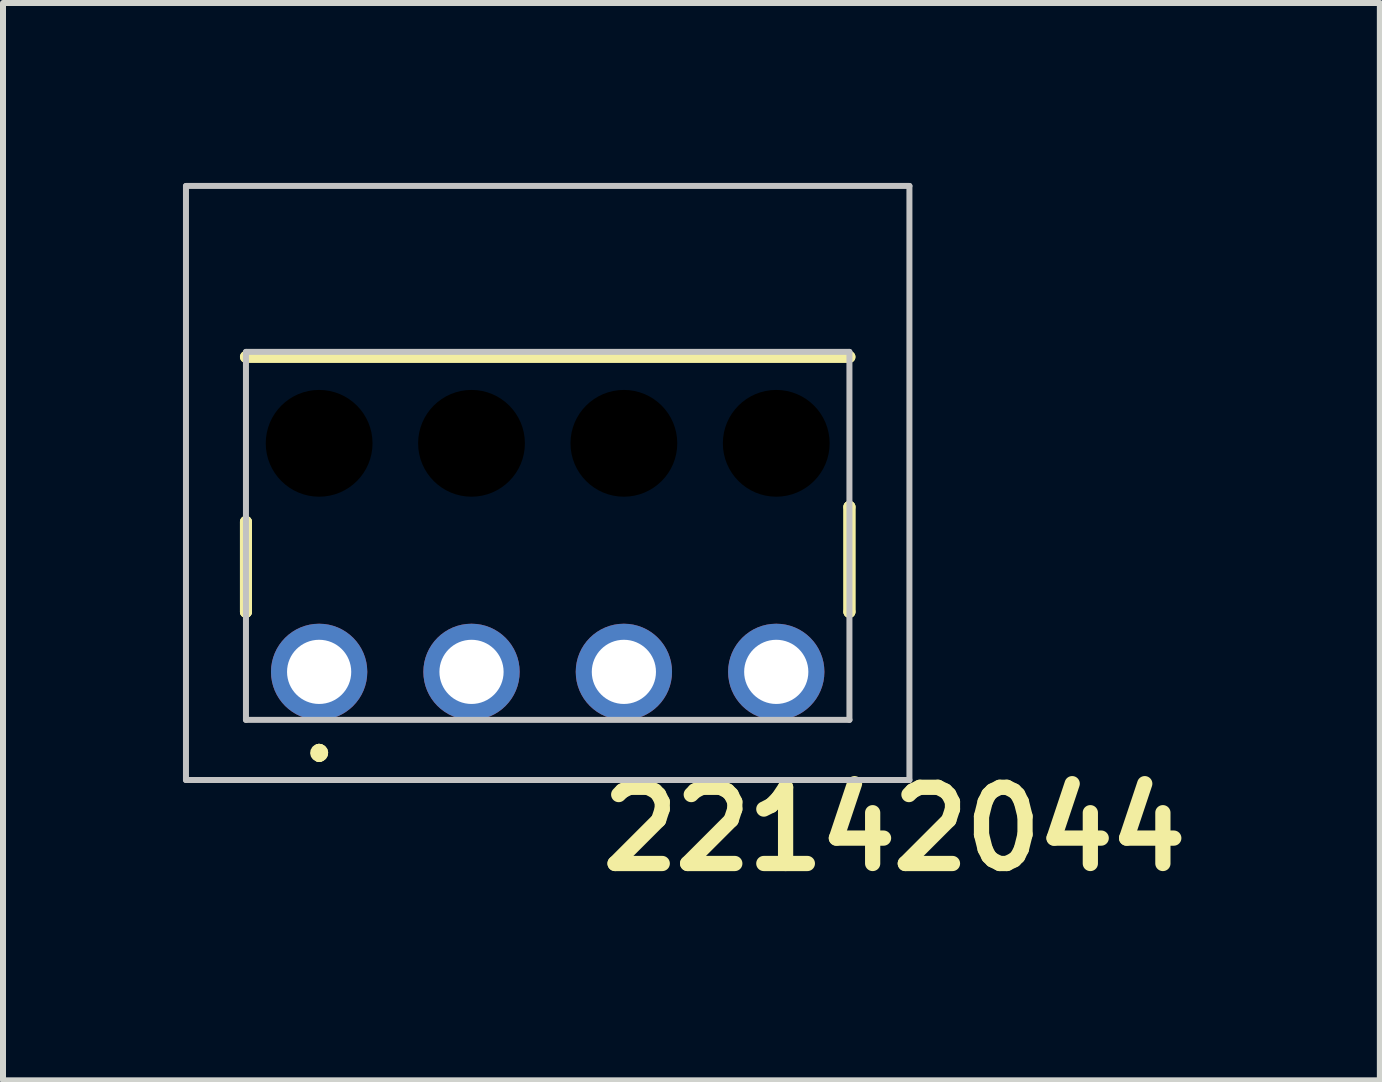
<source format=kicad_pcb>
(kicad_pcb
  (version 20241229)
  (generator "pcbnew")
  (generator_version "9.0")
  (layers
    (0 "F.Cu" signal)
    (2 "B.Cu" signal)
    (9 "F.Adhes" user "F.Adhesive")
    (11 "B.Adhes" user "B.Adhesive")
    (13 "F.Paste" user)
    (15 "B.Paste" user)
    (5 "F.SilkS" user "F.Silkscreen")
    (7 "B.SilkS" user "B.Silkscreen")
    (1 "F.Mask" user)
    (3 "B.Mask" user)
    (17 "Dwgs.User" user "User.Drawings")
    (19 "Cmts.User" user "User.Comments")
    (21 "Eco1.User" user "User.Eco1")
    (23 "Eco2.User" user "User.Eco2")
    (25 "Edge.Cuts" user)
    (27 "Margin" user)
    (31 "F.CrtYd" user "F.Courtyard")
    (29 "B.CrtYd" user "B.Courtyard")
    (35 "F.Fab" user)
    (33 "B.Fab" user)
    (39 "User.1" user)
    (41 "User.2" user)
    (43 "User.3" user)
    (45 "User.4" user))
  (footprint "22142044"
    (layer "F.Cu")
    (at 2.27 8.15)
    (property "Reference" "22142044" (at 9.59 2.62 180) (layer "F.SilkS") (effects (font (size 1.27 1.27) (thickness 0.254))))
    (attr through_hole exclude_from_pos_files)
    (fp_line (start -1.22 -5.25) (end -1.22 -5.25) (stroke (width 0.2) (type solid)) (layer "F.SilkS"))
    (fp_line (start -1.22 -5.25) (end 8.84 -5.25) (stroke (width 0.2) (type solid)) (layer "F.SilkS"))
    (fp_line (start -1.22 -2.5) (end -1.22 -2.5) (stroke (width 0.2) (type solid)) (layer "F.SilkS"))
    (fp_line (start -1.22 -2.5) (end -1.22 -1) (stroke (width 0.2) (type solid)) (layer "F.SilkS"))
    (fp_line (start -1.22 -1) (end -1.22 -2.5) (stroke (width 0.2) (type solid)) (layer "F.SilkS"))
    (fp_line (start -1.22 -1) (end -1.22 -1) (stroke (width 0.2) (type solid)) (layer "F.SilkS"))
    (fp_line (start 0 1.3) (end 0 1.3) (stroke (width 0.2) (type solid)) (layer "F.SilkS"))
    (fp_line (start 0 1.4) (end 0 1.4) (stroke (width 0.2) (type solid)) (layer "F.SilkS"))
    (fp_line (start 0 1.4) (end 0 1.4) (stroke (width 0.2) (type solid)) (layer "F.SilkS"))
    (fp_line (start 8.84 -5.25) (end 8.84 -5.25) (stroke (width 0.2) (type solid)) (layer "F.SilkS"))
    (fp_line (start 8.84 -2.75) (end 8.84 -2.75) (stroke (width 0.2) (type solid)) (layer "F.SilkS"))
    (fp_line (start 8.84 -2.75) (end 8.84 -1) (stroke (width 0.2) (type solid)) (layer "F.SilkS"))
    (fp_line (start 8.84 -1) (end 8.84 -2.75) (stroke (width 0.2) (type solid)) (layer "F.SilkS"))
    (fp_line (start 8.84 -1) (end 8.84 -1) (stroke (width 0.2) (type solid)) (layer "F.SilkS"))
    (fp_arc (start 0 1.3) (mid 0.05 1.35) (end 0 1.4) (stroke (width 0.2) (type solid)) (layer "F.SilkS"))
    (fp_arc (start 0 1.3) (mid 0.05 1.35) (end 0 1.4) (stroke (width 0.2) (type solid)) (layer "F.SilkS"))
    (fp_arc (start 0 1.4) (mid -0.05 1.35) (end 0 1.3) (stroke (width 0.2) (type solid)) (layer "F.SilkS"))
    (fp_line (start -2.22 -8.1) (end 9.84 -8.1) (stroke (width 0.1) (type solid)) (layer "Dwgs.User"))
    (fp_line (start -2.22 1.803) (end -2.22 -8.1) (stroke (width 0.1) (type solid)) (layer "Dwgs.User"))
    (fp_line (start -1.22 -5.334) (end -1.22 0.8) (stroke (width 0.1) (type solid)) (layer "Dwgs.User"))
    (fp_line (start -1.22 0.8) (end 8.84 0.8) (stroke (width 0.1) (type solid)) (layer "Dwgs.User"))
    (fp_line (start 8.84 -5.334) (end -1.22 -5.334) (stroke (width 0.1) (type solid)) (layer "Dwgs.User"))
    (fp_line (start 8.84 0.8) (end 8.84 -5.334) (stroke (width 0.1) (type solid)) (layer "Dwgs.User"))
    (fp_line (start 9.84 -8.1) (end 9.84 1.803) (stroke (width 0.1) (type solid)) (layer "Dwgs.User"))
    (fp_line (start 9.84 1.803) (end -2.22 1.803) (stroke (width 0.1) (type solid)) (layer "Dwgs.User"))
    (pad "" np_thru_hole circle (at 0 -3.81 90) (size 1.78 1.78) (drill 1.78) (layers "*.Mask"))
    (pad "" np_thru_hole circle (at 2.54 -3.81 90) (size 1.78 1.78) (drill 1.78) (layers "*.Mask"))
    (pad "" np_thru_hole circle (at 5.08 -3.81 90) (size 1.78 1.78) (drill 1.78) (layers "*.Mask"))
    (pad "" np_thru_hole circle (at 7.62 -3.81 90) (size 1.78 1.78) (drill 1.78) (layers "*.Mask"))
    (pad "1" thru_hole circle (at 0 0 90) (size 1.605 1.605) (drill 1.07) (layers "*.Cu" "*.Mask"))
    (pad "2" thru_hole circle (at 2.54 0 90) (size 1.605 1.605) (drill 1.07) (layers "*.Cu" "*.Mask"))
    (pad "3" thru_hole circle (at 5.08 0 90) (size 1.605 1.605) (drill 1.07) (layers "*.Cu" "*.Mask"))
    (pad "4" thru_hole circle (at 7.62 0 90) (size 1.605 1.605) (drill 1.07) (layers "*.Cu" "*.Mask")))
  (gr_rect
    (start -3 -3)
    (end 19.952 14.959)
    (stroke (width 0.1) (type default))
    (fill no)
    (layer "Edge.Cuts")))
</source>
